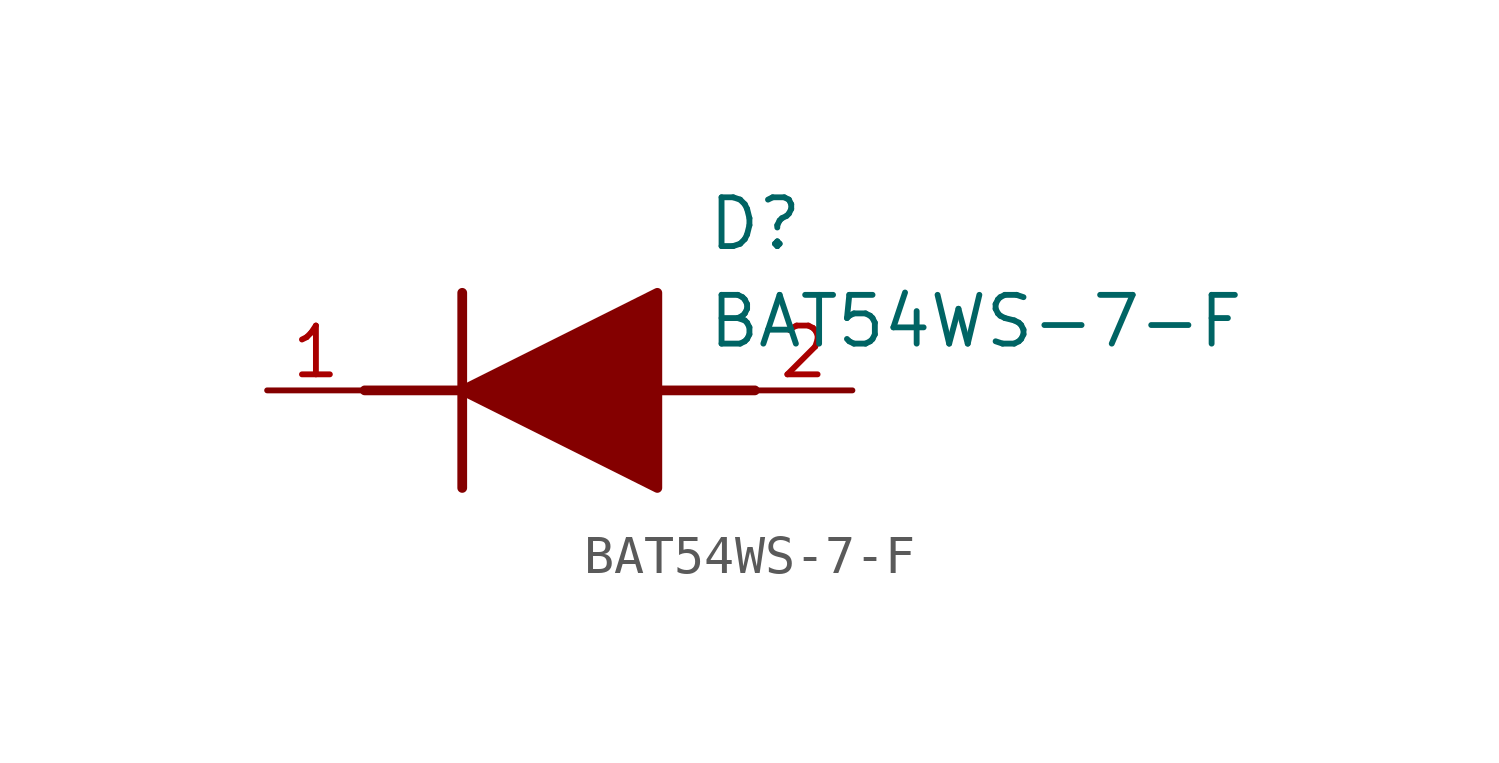
<source format=kicad_sym>
(kicad_symbol_lib
  (version 20211014)
  (generator SamacSys_ECAD_Model)
  (symbol "BAT54WS-7-F"
    (pin_names hide)
    (property "Reference" "D"
      (at 11.43 5.08 0)
      (effects (font (size 1.27 1.27)) (justify left top)))
    (property "Value" "BAT54WS-7-F"
      (at 11.43 2.54 0)
      (effects (font (size 1.27 1.27)) (justify left top)))
    (polyline
      (pts (xy 5.08 2.54) (xy 5.08 -2.54))
      (stroke (width 0.254) (type default))
      (fill (type none)))
    (polyline
      (pts (xy 2.54 0) (xy 5.08 0))
      (stroke (width 0.254) (type default))
      (fill (type none)))
    (polyline
      (pts (xy 10.16 0) (xy 12.7 0))
      (stroke (width 0.254) (type default))
      (fill (type none)))
    (polyline
      (pts (xy 5.08 0) (xy 10.16 2.54) (xy 10.16 -2.54) (xy 5.08 0))
      (stroke (width 0.254) (type default))
      (fill (type outline)))
    (pin passive line
      (at 0 0 0)
      (length 2.54)
      (name "K" (effects (font (size 1.27 1.27))))
      (number "1" (effects (font (size 1.27 1.27)))))
    (pin passive line
      (at 15.24 0 180)
      (length 2.54)
      (name "A" (effects (font (size 1.27 1.27))))
      (number "2" (effects (font (size 1.27 1.27)))))))
</source>
